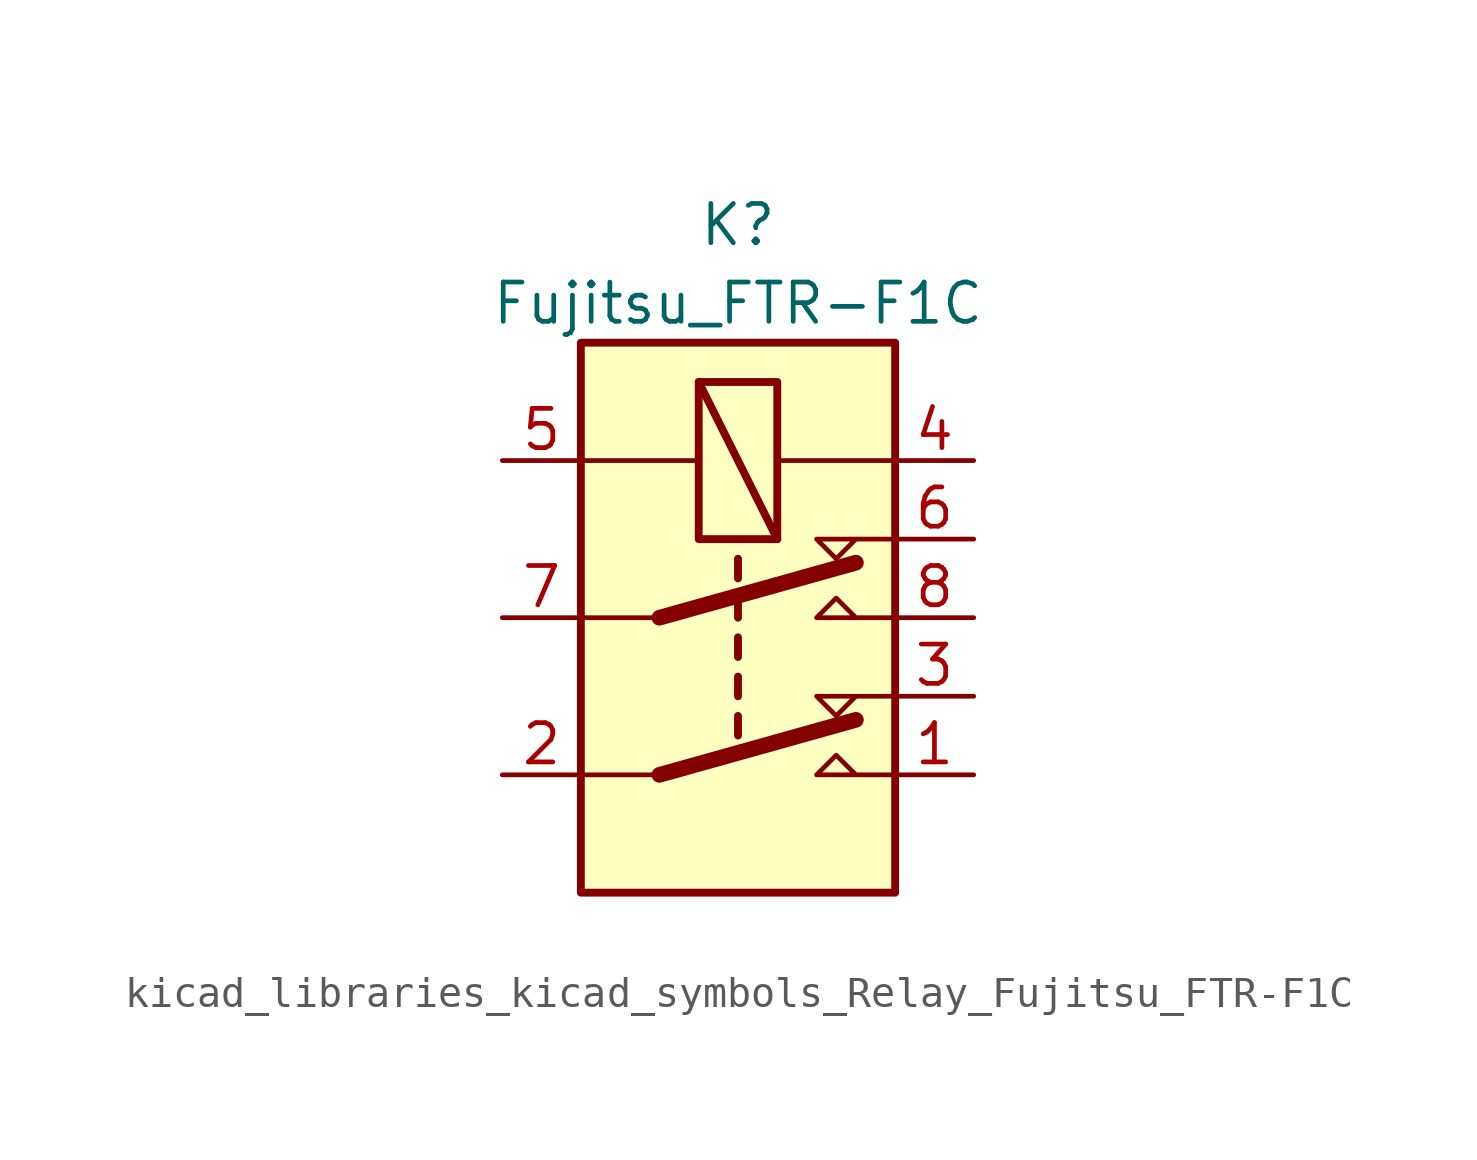
<source format=kicad_sym>
(kicad_symbol_lib
  (version 20220914)
  (generator kicad_symbol_editor)
  (symbol "kicad_libraries_kicad_symbols_Relay_Fujitsu_FTR-F1C"
    (property "Reference" "K"
      (at 0 12.7 0)
      (effects (font (size 1.27 1.27))))
    (property "Value" "Fujitsu_FTR-F1C"
      (at 0 10.16 0)
      (effects (font (size 1.27 1.27))))
    (symbol "kicad_libraries_kicad_symbols_Relay_Fujitsu_FTR-F1C_0_1"
      (rectangle (start -1.27 7.62) (end 1.27 2.54) (stroke (width 0.254) (type default)) (fill (type background)))
      (polyline (pts (xy -1.27 7.62) (xy 1.27 2.54)) (stroke (width 0.254) (type default)) (fill (type none)))
      (polyline (pts (xy 5.08 -2.54) (xy 2.54 -2.54) (xy 3.175 -3.175) (xy 3.81 -2.54)) (stroke (width 0) (type default)) (fill (type none)))
      (polyline (pts (xy 5.08 2.54) (xy 2.54 2.54) (xy 3.175 1.905) (xy 3.81 2.54)) (stroke (width 0) (type default)) (fill (type none))))
    (symbol "kicad_libraries_kicad_symbols_Relay_Fujitsu_FTR-F1C_1_1"
      (polyline (pts (xy -2.54 -5.08) (xy -5.08 -5.08)) (stroke (width 0) (type default)) (fill (type none)))
      (polyline (pts (xy -2.54 -5.08) (xy 3.81 -3.302)) (stroke (width 0.508) (type default)) (fill (type none)))
      (polyline (pts (xy -2.54 0) (xy -5.08 0)) (stroke (width 0) (type default)) (fill (type none)))
      (polyline (pts (xy -2.54 0) (xy 3.81 1.778)) (stroke (width 0.508) (type default)) (fill (type none)))
      (polyline (pts (xy 0 -3.175) (xy 0 -3.81)) (stroke (width 0.254) (type default)) (fill (type none)))
      (polyline (pts (xy 0 -1.905) (xy 0 -2.54)) (stroke (width 0.254) (type default)) (fill (type none)))
      (polyline (pts (xy 0 -0.635) (xy 0 -1.27)) (stroke (width 0.254) (type default)) (fill (type none)))
      (polyline (pts (xy 0 0.635) (xy 0 0)) (stroke (width 0.254) (type default)) (fill (type none)))
      (polyline (pts (xy 0 1.905) (xy 0 1.27)) (stroke (width 0.254) (type default)) (fill (type none)))
      (polyline (pts (xy 5.08 5.08) (xy 1.27 5.08)) (stroke (width 0) (type default)) (fill (type none)))
      (polyline (pts (xy -5.08 5.08) (xy -1.27 5.08) (xy -1.524 5.08)) (stroke (width 0) (type default)) (fill (type none)))
      (polyline (pts (xy 5.08 -5.08) (xy 2.54 -5.08) (xy 3.175 -4.445) (xy 3.81 -5.08)) (stroke (width 0) (type default)) (fill (type none)))
      (polyline (pts (xy 5.08 0) (xy 2.54 0) (xy 3.175 0.635) (xy 3.81 0)) (stroke (width 0) (type default)) (fill (type none)))
      (rectangle (start 5.08 8.89) (end -5.08 -8.89) (stroke (width 0.254) (type default)) (fill (type background)))
      (pin passive line (at 7.62 -5.08 180) (length 2.54) (name "~" (effects (font (size 1.27 1.27)))) (number "1" (effects (font (size 1.27 1.27)))))
      (pin passive line (at -7.62 -5.08 0) (length 2.54) (name "~" (effects (font (size 1.27 1.27)))) (number "2" (effects (font (size 1.27 1.27)))))
      (pin passive line (at 7.62 -2.54 180) (length 2.54) (name "~" (effects (font (size 1.27 1.27)))) (number "3" (effects (font (size 1.27 1.27)))))
      (pin passive line (at 7.62 5.08 180) (length 2.54) (name "~" (effects (font (size 1.27 1.27)))) (number "4" (effects (font (size 1.27 1.27)))))
      (pin passive line (at -7.62 5.08 0) (length 2.54) (name "~" (effects (font (size 1.27 1.27)))) (number "5" (effects (font (size 1.27 1.27)))))
      (pin passive line (at 7.62 2.54 180) (length 2.54) (name "~" (effects (font (size 1.27 1.27)))) (number "6" (effects (font (size 1.27 1.27)))))
      (pin passive line (at -7.62 0 0) (length 2.54) (name "~" (effects (font (size 1.27 1.27)))) (number "7" (effects (font (size 1.27 1.27)))))
      (pin passive line (at 7.62 0 180) (length 2.54) (name "~" (effects (font (size 1.27 1.27)))) (number "8" (effects (font (size 1.27 1.27))))))))
</source>
